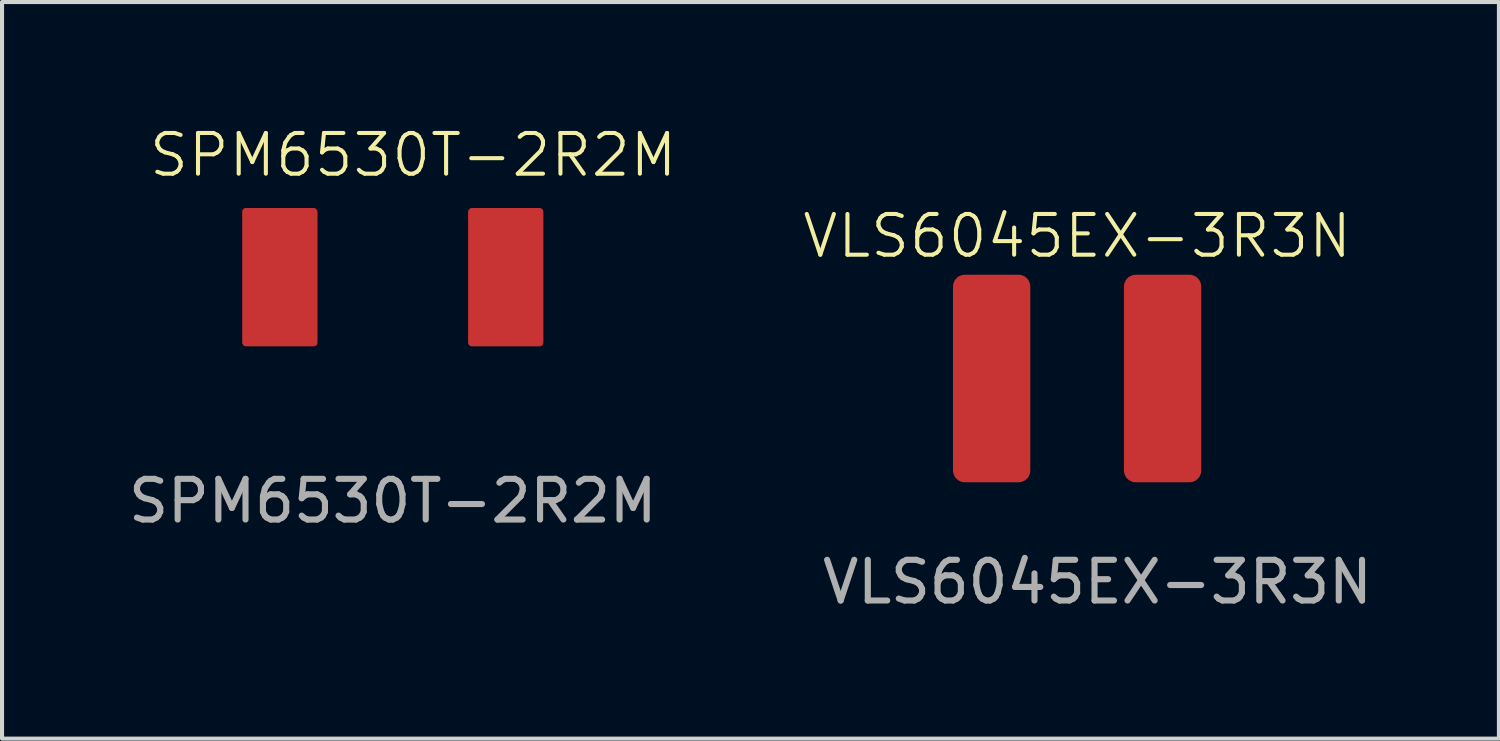
<source format=kicad_pcb>
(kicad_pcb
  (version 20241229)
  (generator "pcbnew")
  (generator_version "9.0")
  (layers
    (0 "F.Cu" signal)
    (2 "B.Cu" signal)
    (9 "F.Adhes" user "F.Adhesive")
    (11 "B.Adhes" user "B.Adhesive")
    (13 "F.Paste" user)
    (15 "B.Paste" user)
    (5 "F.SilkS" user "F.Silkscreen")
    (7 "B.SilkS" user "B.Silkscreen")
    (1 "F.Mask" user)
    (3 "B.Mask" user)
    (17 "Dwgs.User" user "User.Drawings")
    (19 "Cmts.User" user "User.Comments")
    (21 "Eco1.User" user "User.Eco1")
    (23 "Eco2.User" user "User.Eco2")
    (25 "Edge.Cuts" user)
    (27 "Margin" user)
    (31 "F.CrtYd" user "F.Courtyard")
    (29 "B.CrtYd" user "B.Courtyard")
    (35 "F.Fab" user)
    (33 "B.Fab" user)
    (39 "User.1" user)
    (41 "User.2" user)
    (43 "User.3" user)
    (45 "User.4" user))
  (footprint "SPM6530T-2R2M"
    (layer "F.Cu")
    (at 6.601 3.76)
    (property "Reference" "SPM6530T-2R2M" (at 0.5 -3 0) (unlocked yes) (layer "F.SilkS") (effects (font (size 1 1) (thickness 0.1))))
    (attr smd)
    (fp_text user "${REFERENCE}" (at 0 5.5 0) (unlocked yes) (layer "F.Fab") (effects (font (size 1 1) (thickness 0.15))))
    (pad "1" smd roundrect (at -2.775 0) (size 1.85 3.4) (layers "F.Cu" "F.Mask" "F.Paste") (roundrect_rratio 0.05))
    (pad "2" smd roundrect (at 2.775 0) (size 1.85 3.4) (layers "F.Cu" "F.Mask" "F.Paste") (roundrect_rratio 0.05)))
  (footprint "VLS6045EX-3R3N"
    (layer "F.Cu")
    (at 23.415 0.25)
    (property "Reference" "VLS6045EX-3R3N" (at 0 2.5 0) (unlocked yes) (layer "F.SilkS") (effects (font (size 1 1) (thickness 0.1))))
    (attr smd)
    (fp_text user "${REFERENCE}" (at 0.5 11 0) (unlocked yes) (layer "F.Fab") (effects (font (size 1 1) (thickness 0.15))))
    (pad "1" smd roundrect (at -2.1 6) (size 1.9 5.1) (layers "F.Cu" "F.Mask" "F.Paste") (roundrect_rratio 0.15))
    (pad "2" smd roundrect (at 2.1 6) (size 1.9 5.1) (layers "F.Cu" "F.Mask" "F.Paste") (roundrect_rratio 0.15)))
  (gr_rect
    (start -3 -3)
    (end 33.779 15.098)
    (stroke (width 0.1) (type default))
    (fill no)
    (layer "Edge.Cuts")))
</source>
